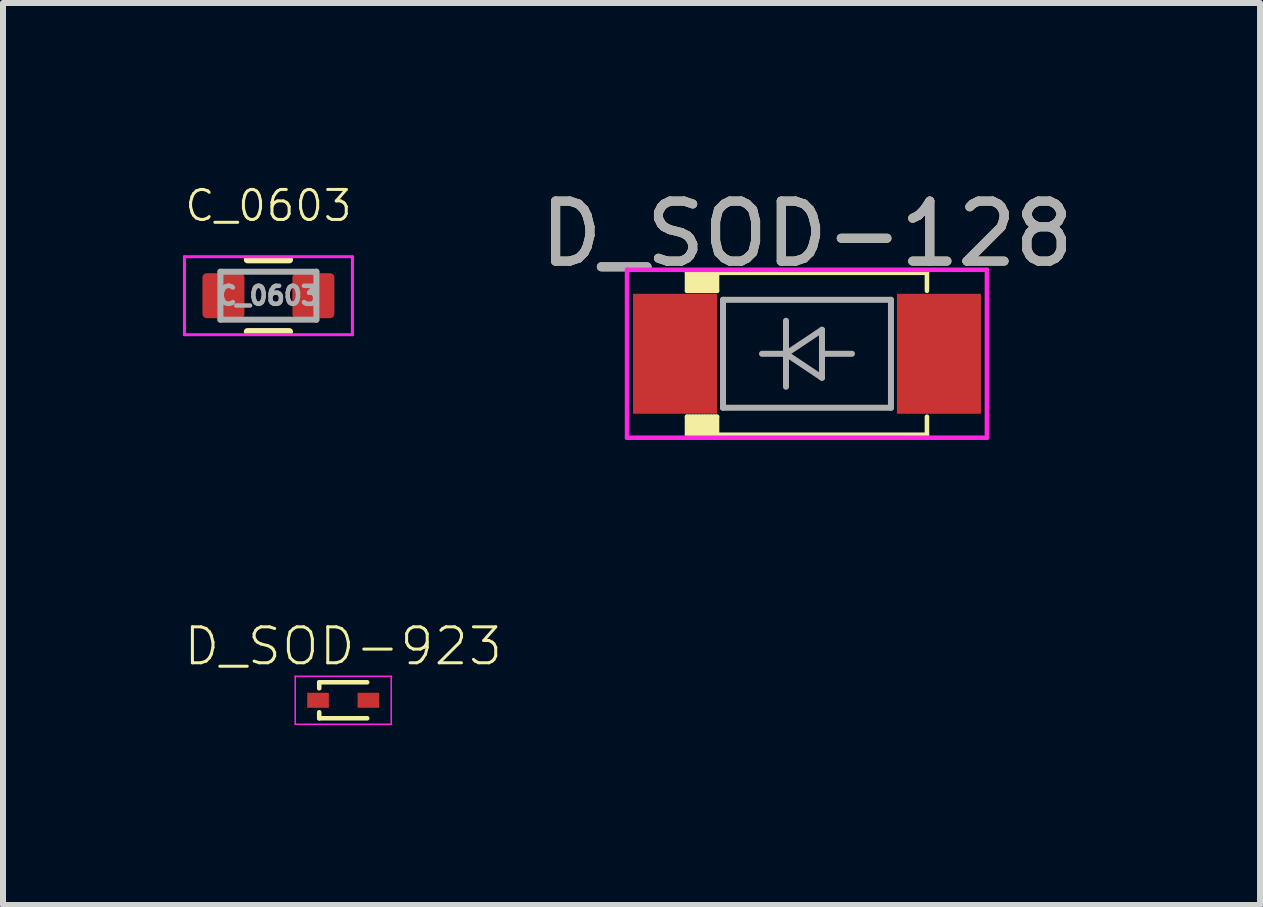
<source format=kicad_pcb>
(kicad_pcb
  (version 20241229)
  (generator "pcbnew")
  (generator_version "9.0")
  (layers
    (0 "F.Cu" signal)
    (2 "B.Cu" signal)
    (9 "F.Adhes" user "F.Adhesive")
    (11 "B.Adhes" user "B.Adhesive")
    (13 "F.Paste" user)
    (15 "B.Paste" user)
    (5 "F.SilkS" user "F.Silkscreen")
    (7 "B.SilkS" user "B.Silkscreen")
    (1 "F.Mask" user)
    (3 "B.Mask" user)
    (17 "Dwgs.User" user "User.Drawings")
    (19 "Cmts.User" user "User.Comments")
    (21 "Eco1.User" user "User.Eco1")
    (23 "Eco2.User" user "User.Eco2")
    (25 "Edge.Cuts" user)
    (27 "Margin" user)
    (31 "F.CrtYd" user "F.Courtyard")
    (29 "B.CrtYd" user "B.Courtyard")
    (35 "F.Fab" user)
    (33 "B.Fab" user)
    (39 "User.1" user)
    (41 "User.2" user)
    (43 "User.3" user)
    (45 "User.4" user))
  (footprint "D_SOD-128"
    (layer "F.Cu")
    (at 10.404 2.848)
    (property "Reference" "D_SOD-128" (at 0 -2 0) (layer "F.SilkS") (effects (font (size 1 1) (thickness 0.15))))
    (attr smd)
    (fp_line (start -2 -1.35) (end -2 -1.05) (stroke (width 0.076) (type solid)) (layer "F.SilkS"))
    (fp_line (start -2 -1.35) (end 2 -1.35) (stroke (width 0.076) (type solid)) (layer "F.SilkS"))
    (fp_line (start -2 -1.05) (end -1.5 -1.05) (stroke (width 0.076) (type solid)) (layer "F.SilkS"))
    (fp_line (start -2 1.05) (end -2 1.35) (stroke (width 0.076) (type solid)) (layer "F.SilkS"))
    (fp_line (start -2 1.05) (end -1.5 1.05) (stroke (width 0.076) (type solid)) (layer "F.SilkS"))
    (fp_line (start -2 1.35) (end 2 1.35) (stroke (width 0.076) (type solid)) (layer "F.SilkS"))
    (fp_line (start -1.95 -1.35) (end -1.95 -1.05) (stroke (width 0.076) (type solid)) (layer "F.SilkS"))
    (fp_line (start -1.95 1.05) (end -1.95 1.35) (stroke (width 0.076) (type solid)) (layer "F.SilkS"))
    (fp_line (start -1.9 -1.35) (end -1.9 -1.05) (stroke (width 0.076) (type solid)) (layer "F.SilkS"))
    (fp_line (start -1.9 1.05) (end -1.9 1.35) (stroke (width 0.076) (type solid)) (layer "F.SilkS"))
    (fp_line (start -1.85 -1.35) (end -1.85 -1.05) (stroke (width 0.076) (type solid)) (layer "F.SilkS"))
    (fp_line (start -1.85 1.05) (end -1.85 1.35) (stroke (width 0.076) (type solid)) (layer "F.SilkS"))
    (fp_line (start -1.8 -1.35) (end -1.8 -1.05) (stroke (width 0.076) (type solid)) (layer "F.SilkS"))
    (fp_line (start -1.8 1.05) (end -1.8 1.35) (stroke (width 0.076) (type solid)) (layer "F.SilkS"))
    (fp_line (start -1.75 -1.35) (end -1.75 -1.05) (stroke (width 0.076) (type solid)) (layer "F.SilkS"))
    (fp_line (start -1.75 1.05) (end -1.75 1.35) (stroke (width 0.076) (type solid)) (layer "F.SilkS"))
    (fp_line (start -1.7 -1.35) (end -1.7 -1.05) (stroke (width 0.076) (type solid)) (layer "F.SilkS"))
    (fp_line (start -1.7 1.05) (end -1.7 1.35) (stroke (width 0.076) (type solid)) (layer "F.SilkS"))
    (fp_line (start -1.65 -1.35) (end -1.65 -1.05) (stroke (width 0.076) (type solid)) (layer "F.SilkS"))
    (fp_line (start -1.65 1.05) (end -1.65 1.35) (stroke (width 0.076) (type solid)) (layer "F.SilkS"))
    (fp_line (start -1.6 -1.35) (end -1.6 -1.05) (stroke (width 0.076) (type solid)) (layer "F.SilkS"))
    (fp_line (start -1.6 1.05) (end -1.6 1.35) (stroke (width 0.076) (type solid)) (layer "F.SilkS"))
    (fp_line (start -1.55 -1.35) (end -1.55 -1.05) (stroke (width 0.076) (type solid)) (layer "F.SilkS"))
    (fp_line (start -1.55 1.05) (end -1.55 1.35) (stroke (width 0.076) (type solid)) (layer "F.SilkS"))
    (fp_line (start -1.5 -1.35) (end -1.5 -1.05) (stroke (width 0.076) (type solid)) (layer "F.SilkS"))
    (fp_line (start -1.5 1.05) (end -1.5 1.35) (stroke (width 0.076) (type solid)) (layer "F.SilkS"))
    (fp_line (start 2 -1.35) (end 2 -1.05) (stroke (width 0.076) (type solid)) (layer "F.SilkS"))
    (fp_line (start 2 1.35) (end 2 1.05) (stroke (width 0.076) (type solid)) (layer "F.SilkS"))
    (fp_line (start -3 -1.4) (end 3 -1.4) (stroke (width 0.076) (type solid)) (layer "F.CrtYd"))
    (fp_line (start -3 1.4) (end -3 -1.4) (stroke (width 0.076) (type solid)) (layer "F.CrtYd"))
    (fp_line (start 3 -1.4) (end 3 1.4) (stroke (width 0.076) (type solid)) (layer "F.CrtYd"))
    (fp_line (start 3 1.4) (end -3 1.4) (stroke (width 0.076) (type solid)) (layer "F.CrtYd"))
    (fp_line (start -1.4 -0.9) (end 1.4 -0.9) (stroke (width 0.1) (type solid)) (layer "F.Fab"))
    (fp_line (start -1.4 0.9) (end -1.4 -0.9) (stroke (width 0.1) (type solid)) (layer "F.Fab"))
    (fp_line (start -0.75 0) (end -0.35 0) (stroke (width 0.1) (type solid)) (layer "F.Fab"))
    (fp_line (start -0.35 0) (end -0.35 -0.55) (stroke (width 0.1) (type solid)) (layer "F.Fab"))
    (fp_line (start -0.35 0) (end -0.35 0.55) (stroke (width 0.1) (type solid)) (layer "F.Fab"))
    (fp_line (start -0.35 0) (end 0.25 -0.4) (stroke (width 0.1) (type solid)) (layer "F.Fab"))
    (fp_line (start 0.25 -0.4) (end 0.25 0.4) (stroke (width 0.1) (type solid)) (layer "F.Fab"))
    (fp_line (start 0.25 0) (end 0.75 0) (stroke (width 0.1) (type solid)) (layer "F.Fab"))
    (fp_line (start 0.25 0.4) (end -0.35 0) (stroke (width 0.1) (type solid)) (layer "F.Fab"))
    (fp_line (start 1.4 -0.9) (end 1.4 0.9) (stroke (width 0.1) (type solid)) (layer "F.Fab"))
    (fp_line (start 1.4 0.9) (end -1.4 0.9) (stroke (width 0.1) (type solid)) (layer "F.Fab"))
    (fp_text user "${REFERENCE}" (at 0 -2 0) (layer "F.Fab") (effects (font (size 1 1) (thickness 0.15))))
    (pad "1" smd rect (at -2.2 0) (size 1.4 2) (layers "F.Cu" "F.Mask" "F.Paste"))
    (pad "2" smd rect (at 2.2 0) (size 1.4 2) (layers "F.Cu" "F.Mask" "F.Paste")))
  (footprint "C_0603"
    (layer "F.Cu")
    (at 1.425 1.88)
    (property "Reference" "C_0603" (at 0 -1.5 0) (layer "F.SilkS") (effects (font (size 0.5 0.5) (thickness 0.05))))
    (attr smd)
    (fp_line (start -0.35 -0.6) (end 0.35 -0.6) (stroke (width 0.12) (type solid)) (layer "F.SilkS"))
    (fp_line (start 0.35 0.6) (end -0.35 0.6) (stroke (width 0.12) (type solid)) (layer "F.SilkS"))
    (fp_line (start -1.4 -0.65) (end -1.4 0.65) (stroke (width 0.05) (type solid)) (layer "F.CrtYd"))
    (fp_line (start -1.4 -0.65) (end 1.4 -0.65) (stroke (width 0.05) (type solid)) (layer "F.CrtYd"))
    (fp_line (start 1.4 0.65) (end -1.4 0.65) (stroke (width 0.05) (type solid)) (layer "F.CrtYd"))
    (fp_line (start 1.4 0.65) (end 1.4 -0.65) (stroke (width 0.05) (type solid)) (layer "F.CrtYd"))
    (fp_line (start -0.8 -0.4) (end 0.8 -0.4) (stroke (width 0.1) (type solid)) (layer "F.Fab"))
    (fp_line (start -0.8 0.4) (end -0.8 -0.4) (stroke (width 0.1) (type solid)) (layer "F.Fab"))
    (fp_line (start 0.8 -0.4) (end 0.8 0.4) (stroke (width 0.1) (type solid)) (layer "F.Fab"))
    (fp_line (start 0.8 0.4) (end -0.8 0.4) (stroke (width 0.1) (type solid)) (layer "F.Fab"))
    (fp_text user "${REFERENCE}" (at 0 0 0) (layer "F.Fab") (effects (font (size 0.3 0.3) (thickness 0.075))))
    (pad "1" smd roundrect (at -0.75 0) (size 0.7 0.75) (layers "F.Cu" "F.Mask" "F.Paste") (roundrect_rratio 0.1))
    (pad "2" smd roundrect (at 0.75 0) (size 0.7 0.75) (layers "F.Cu" "F.Mask" "F.Paste") (roundrect_rratio 0.1)))
  (footprint "D_SOD-923"
    (layer "F.Cu")
    (at 2.672 8.625)
    (property "Reference" "D_SOD-923" (at 0 -0.9 0) (layer "F.SilkS") (effects (font (size 0.6 0.6) (thickness 0.05))))
    (attr smd)
    (fp_line (start -0.4 -0.3) (end -0.4 -0.2) (stroke (width 0.076) (type solid)) (layer "F.SilkS"))
    (fp_line (start -0.4 -0.3) (end 0.4 -0.3) (stroke (width 0.076) (type solid)) (layer "F.SilkS"))
    (fp_line (start -0.4 0.3) (end -0.4 0.2) (stroke (width 0.076) (type solid)) (layer "F.SilkS"))
    (fp_line (start 0.4 0.3) (end -0.4 0.3) (stroke (width 0.076) (type solid)) (layer "F.SilkS"))
    (fp_line (start -0.8 -0.4) (end 0.8 -0.4) (stroke (width 0.025) (type solid)) (layer "F.CrtYd"))
    (fp_line (start -0.8 0.4) (end -0.8 -0.4) (stroke (width 0.025) (type solid)) (layer "F.CrtYd"))
    (fp_line (start 0.8 -0.4) (end 0.8 0.4) (stroke (width 0.025) (type solid)) (layer "F.CrtYd"))
    (fp_line (start 0.8 0.4) (end -0.8 0.4) (stroke (width 0.025) (type solid)) (layer "F.CrtYd"))
    (pad "1" smd rect (at -0.42 0) (size 0.36 0.25) (layers "F.Cu" "F.Mask" "F.Paste"))
    (pad "2" smd rect (at 0.42 0) (size 0.36 0.25) (layers "F.Cu" "F.Mask" "F.Paste")))
  (gr_rect
    (start -3 -3)
    (end 17.957 12.038)
    (stroke (width 0.1) (type default))
    (fill no)
    (layer "Edge.Cuts")))
</source>
